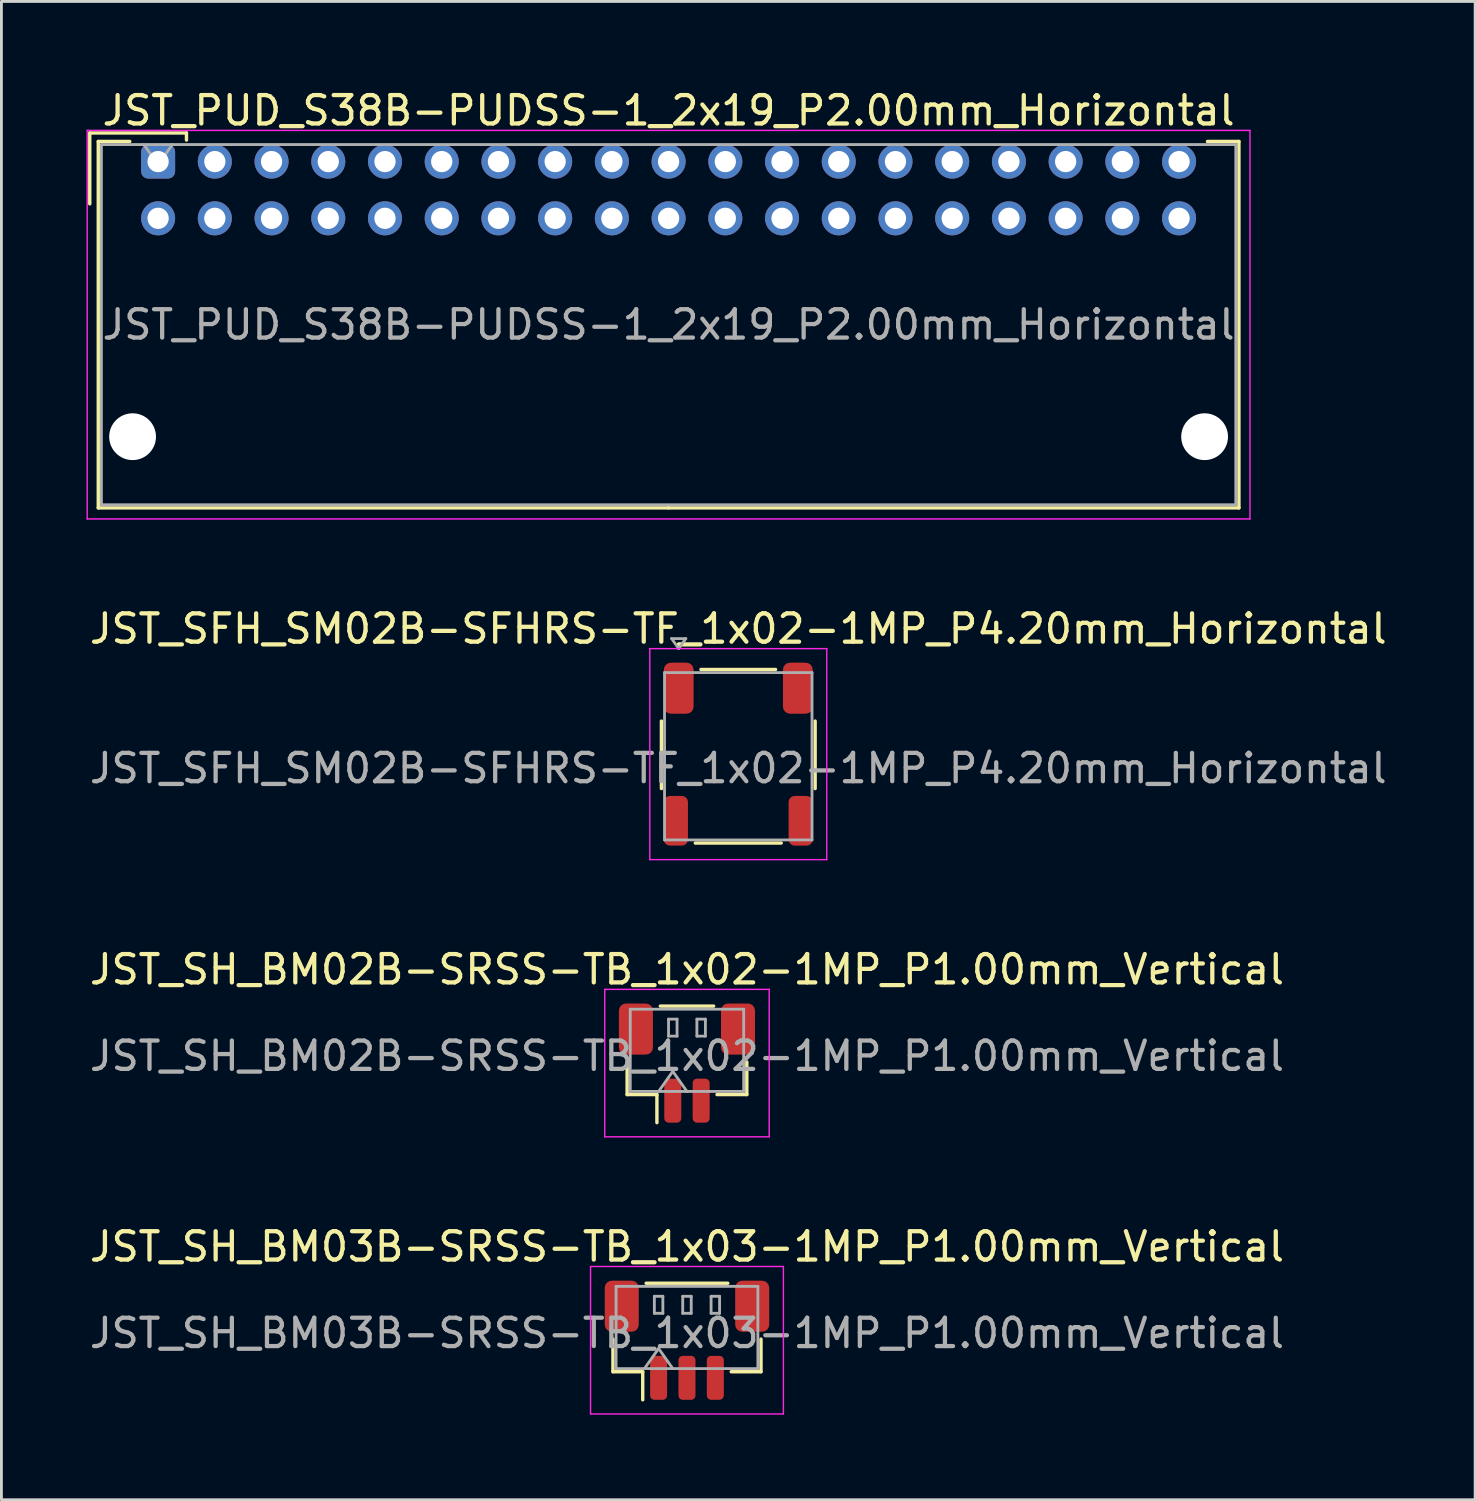
<source format=kicad_pcb>
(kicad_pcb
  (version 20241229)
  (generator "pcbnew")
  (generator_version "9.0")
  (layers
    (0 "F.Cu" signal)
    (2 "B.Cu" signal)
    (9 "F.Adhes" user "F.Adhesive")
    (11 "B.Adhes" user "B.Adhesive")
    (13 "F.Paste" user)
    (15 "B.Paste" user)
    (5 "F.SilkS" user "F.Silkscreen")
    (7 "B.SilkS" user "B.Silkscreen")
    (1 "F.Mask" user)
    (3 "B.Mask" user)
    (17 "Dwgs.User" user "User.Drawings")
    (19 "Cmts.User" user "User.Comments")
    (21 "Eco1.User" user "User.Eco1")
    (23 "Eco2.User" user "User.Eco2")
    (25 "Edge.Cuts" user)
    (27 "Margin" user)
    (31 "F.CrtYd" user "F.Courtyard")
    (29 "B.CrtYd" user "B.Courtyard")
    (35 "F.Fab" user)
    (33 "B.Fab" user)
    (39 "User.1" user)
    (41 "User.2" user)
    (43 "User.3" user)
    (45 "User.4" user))
  (footprint "JST_SFH_SM02B-SFHRS-TF_1x02-1MP_P4.20mm_Horizontal"
    (layer "F.Cu")
    (at 22.982 23.541)
    (property "Reference" "JST_SFH_SM02B-SFHRS-TF_1x02-1MP_P4.20mm_Horizontal" (at 0 -4.42 0) (layer "F.SilkS") (effects (font (size 1 1) (thickness 0.15))))
    (attr smd)
    (fp_line (start -2.71 -1.165) (end -2.71 1.215) (stroke (width 0.12) (type solid)) (layer "F.SilkS"))
    (fp_line (start -1.515 3.135) (end 1.515 3.135) (stroke (width 0.12) (type solid)) (layer "F.SilkS"))
    (fp_line (start -1.315 -2.985) (end 1.315 -2.985) (stroke (width 0.12) (type solid)) (layer "F.SilkS"))
    (fp_line (start 2.71 -1.165) (end 2.71 1.215) (stroke (width 0.12) (type solid)) (layer "F.SilkS"))
    (fp_line (start -3.12 -3.72) (end -3.12 3.72) (stroke (width 0.05) (type solid)) (layer "F.CrtYd"))
    (fp_line (start -3.12 3.72) (end 3.12 3.72) (stroke (width 0.05) (type solid)) (layer "F.CrtYd"))
    (fp_line (start 3.12 -3.72) (end -3.12 -3.72) (stroke (width 0.05) (type solid)) (layer "F.CrtYd"))
    (fp_line (start 3.12 3.72) (end 3.12 -3.72) (stroke (width 0.05) (type solid)) (layer "F.CrtYd"))
    (fp_line (start -2.6 -2.875) (end -2.6 3.025) (stroke (width 0.1) (type solid)) (layer "F.Fab"))
    (fp_line (start -2.6 -2.875) (end 2.6 -2.875) (stroke (width 0.1) (type solid)) (layer "F.Fab"))
    (fp_line (start -2.6 3.025) (end 2.6 3.025) (stroke (width 0.1) (type solid)) (layer "F.Fab"))
    (fp_line (start -2.35 -4.074) (end -2.1 -3.72) (stroke (width 0.1) (type solid)) (layer "F.Fab"))
    (fp_line (start -2.1 -3.72) (end -1.85 -4.074) (stroke (width 0.1) (type solid)) (layer "F.Fab"))
    (fp_line (start -1.85 -4.074) (end -2.35 -4.074) (stroke (width 0.1) (type solid)) (layer "F.Fab"))
    (fp_line (start 2.6 -2.875) (end 2.6 3.025) (stroke (width 0.1) (type solid)) (layer "F.Fab"))
    (fp_text user "${REFERENCE}" (at 0 0.5 0) (layer "F.Fab") (effects (font (size 1 1) (thickness 0.15))))
    (pad "1" smd roundrect (at -2.1 -2.325) (size 1.05 1.8) (layers "F.Cu" "F.Mask" "F.Paste") (roundrect_rratio 0.238))
    (pad "2" smd roundrect (at 2.1 -2.325) (size 1.05 1.8) (layers "F.Cu" "F.Mask" "F.Paste") (roundrect_rratio 0.238))
    (pad "MP" smd roundrect (at -2.2 2.35) (size 0.85 1.75) (layers "F.Cu" "F.Mask" "F.Paste") (roundrect_rratio 0.25))
    (pad "MP" smd roundrect (at 2.2 2.35) (size 0.85 1.75) (layers "F.Cu" "F.Mask" "F.Paste") (roundrect_rratio 0.25)))
  (footprint "JST_SH_BM03B-SRSS-TB_1x03-1MP_P1.00mm_Vertical"
    (layer "F.Cu")
    (at 21.173 44.208)
    (property "Reference" "JST_SH_BM03B-SRSS-TB_1x03-1MP_P1.00mm_Vertical" (at 0 -3.3 0) (layer "F.SilkS") (effects (font (size 1 1) (thickness 0.15))))
    (attr smd)
    (fp_line (start -2.61 -0.04) (end -2.61 1.11) (stroke (width 0.12) (type solid)) (layer "F.SilkS"))
    (fp_line (start -2.61 1.11) (end -1.56 1.11) (stroke (width 0.12) (type solid)) (layer "F.SilkS"))
    (fp_line (start -1.56 1.11) (end -1.56 2.1) (stroke (width 0.12) (type solid)) (layer "F.SilkS"))
    (fp_line (start -1.44 -2.01) (end 1.44 -2.01) (stroke (width 0.12) (type solid)) (layer "F.SilkS"))
    (fp_line (start 2.61 -0.04) (end 2.61 1.11) (stroke (width 0.12) (type solid)) (layer "F.SilkS"))
    (fp_line (start 2.61 1.11) (end 1.56 1.11) (stroke (width 0.12) (type solid)) (layer "F.SilkS"))
    (fp_line (start -3.4 -2.6) (end -3.4 2.6) (stroke (width 0.05) (type solid)) (layer "F.CrtYd"))
    (fp_line (start -3.4 2.6) (end 3.4 2.6) (stroke (width 0.05) (type solid)) (layer "F.CrtYd"))
    (fp_line (start 3.4 -2.6) (end -3.4 -2.6) (stroke (width 0.05) (type solid)) (layer "F.CrtYd"))
    (fp_line (start 3.4 2.6) (end 3.4 -2.6) (stroke (width 0.05) (type solid)) (layer "F.CrtYd"))
    (fp_line (start -2.5 -1.9) (end 2.5 -1.9) (stroke (width 0.1) (type solid)) (layer "F.Fab"))
    (fp_line (start -2.5 1) (end -2.5 -1.9) (stroke (width 0.1) (type solid)) (layer "F.Fab"))
    (fp_line (start -2.5 1) (end 2.5 1) (stroke (width 0.1) (type solid)) (layer "F.Fab"))
    (fp_line (start -1.5 1) (end -1 0.293) (stroke (width 0.1) (type solid)) (layer "F.Fab"))
    (fp_line (start -1.15 -1.55) (end -1.15 -0.95) (stroke (width 0.1) (type solid)) (layer "F.Fab"))
    (fp_line (start -1.15 -0.95) (end -0.85 -0.95) (stroke (width 0.1) (type solid)) (layer "F.Fab"))
    (fp_line (start -1 0.293) (end -0.5 1) (stroke (width 0.1) (type solid)) (layer "F.Fab"))
    (fp_line (start -0.85 -1.55) (end -1.15 -1.55) (stroke (width 0.1) (type solid)) (layer "F.Fab"))
    (fp_line (start -0.85 -0.95) (end -0.85 -1.55) (stroke (width 0.1) (type solid)) (layer "F.Fab"))
    (fp_line (start -0.15 -1.55) (end -0.15 -0.95) (stroke (width 0.1) (type solid)) (layer "F.Fab"))
    (fp_line (start -0.15 -0.95) (end 0.15 -0.95) (stroke (width 0.1) (type solid)) (layer "F.Fab"))
    (fp_line (start 0.15 -1.55) (end -0.15 -1.55) (stroke (width 0.1) (type solid)) (layer "F.Fab"))
    (fp_line (start 0.15 -0.95) (end 0.15 -1.55) (stroke (width 0.1) (type solid)) (layer "F.Fab"))
    (fp_line (start 0.85 -1.55) (end 0.85 -0.95) (stroke (width 0.1) (type solid)) (layer "F.Fab"))
    (fp_line (start 0.85 -0.95) (end 1.15 -0.95) (stroke (width 0.1) (type solid)) (layer "F.Fab"))
    (fp_line (start 1.15 -1.55) (end 0.85 -1.55) (stroke (width 0.1) (type solid)) (layer "F.Fab"))
    (fp_line (start 1.15 -0.95) (end 1.15 -1.55) (stroke (width 0.1) (type solid)) (layer "F.Fab"))
    (fp_line (start 2.5 1) (end 2.5 -1.9) (stroke (width 0.1) (type solid)) (layer "F.Fab"))
    (fp_text user "${REFERENCE}" (at 0 -0.25 0) (layer "F.Fab") (effects (font (size 1 1) (thickness 0.15))))
    (pad "1" smd roundrect (at -1 1.325) (size 0.6 1.55) (layers "F.Cu" "F.Mask" "F.Paste") (roundrect_rratio 0.25))
    (pad "2" smd roundrect (at 0 1.325) (size 0.6 1.55) (layers "F.Cu" "F.Mask" "F.Paste") (roundrect_rratio 0.25))
    (pad "3" smd roundrect (at 1 1.325) (size 0.6 1.55) (layers "F.Cu" "F.Mask" "F.Paste") (roundrect_rratio 0.25))
    (pad "MP" smd roundrect (at -2.3 -1.2) (size 1.2 1.8) (layers "F.Cu" "F.Mask" "F.Paste") (roundrect_rratio 0.208))
    (pad "MP" smd roundrect (at 2.3 -1.2) (size 1.2 1.8) (layers "F.Cu" "F.Mask" "F.Paste") (roundrect_rratio 0.208)))
  (footprint "JST_SH_BM02B-SRSS-TB_1x02-1MP_P1.00mm_Vertical"
    (layer "F.Cu")
    (at 21.173 34.435)
    (property "Reference" "JST_SH_BM02B-SRSS-TB_1x02-1MP_P1.00mm_Vertical" (at 0 -3.3 0) (layer "F.SilkS") (effects (font (size 1 1) (thickness 0.15))))
    (attr smd)
    (fp_line (start -2.11 -0.04) (end -2.11 1.11) (stroke (width 0.12) (type solid)) (layer "F.SilkS"))
    (fp_line (start -2.11 1.11) (end -1.06 1.11) (stroke (width 0.12) (type solid)) (layer "F.SilkS"))
    (fp_line (start -1.06 1.11) (end -1.06 2.1) (stroke (width 0.12) (type solid)) (layer "F.SilkS"))
    (fp_line (start -0.94 -2.01) (end 0.94 -2.01) (stroke (width 0.12) (type solid)) (layer "F.SilkS"))
    (fp_line (start 2.11 -0.04) (end 2.11 1.11) (stroke (width 0.12) (type solid)) (layer "F.SilkS"))
    (fp_line (start 2.11 1.11) (end 1.06 1.11) (stroke (width 0.12) (type solid)) (layer "F.SilkS"))
    (fp_line (start -2.9 -2.6) (end -2.9 2.6) (stroke (width 0.05) (type solid)) (layer "F.CrtYd"))
    (fp_line (start -2.9 2.6) (end 2.9 2.6) (stroke (width 0.05) (type solid)) (layer "F.CrtYd"))
    (fp_line (start 2.9 -2.6) (end -2.9 -2.6) (stroke (width 0.05) (type solid)) (layer "F.CrtYd"))
    (fp_line (start 2.9 2.6) (end 2.9 -2.6) (stroke (width 0.05) (type solid)) (layer "F.CrtYd"))
    (fp_line (start -2 -1.9) (end 2 -1.9) (stroke (width 0.1) (type solid)) (layer "F.Fab"))
    (fp_line (start -2 1) (end -2 -1.9) (stroke (width 0.1) (type solid)) (layer "F.Fab"))
    (fp_line (start -2 1) (end 2 1) (stroke (width 0.1) (type solid)) (layer "F.Fab"))
    (fp_line (start -1 1) (end -0.5 0.293) (stroke (width 0.1) (type solid)) (layer "F.Fab"))
    (fp_line (start -0.65 -1.55) (end -0.65 -0.95) (stroke (width 0.1) (type solid)) (layer "F.Fab"))
    (fp_line (start -0.65 -0.95) (end -0.35 -0.95) (stroke (width 0.1) (type solid)) (layer "F.Fab"))
    (fp_line (start -0.5 0.293) (end 0 1) (stroke (width 0.1) (type solid)) (layer "F.Fab"))
    (fp_line (start -0.35 -1.55) (end -0.65 -1.55) (stroke (width 0.1) (type solid)) (layer "F.Fab"))
    (fp_line (start -0.35 -0.95) (end -0.35 -1.55) (stroke (width 0.1) (type solid)) (layer "F.Fab"))
    (fp_line (start 0.35 -1.55) (end 0.35 -0.95) (stroke (width 0.1) (type solid)) (layer "F.Fab"))
    (fp_line (start 0.35 -0.95) (end 0.65 -0.95) (stroke (width 0.1) (type solid)) (layer "F.Fab"))
    (fp_line (start 0.65 -1.55) (end 0.35 -1.55) (stroke (width 0.1) (type solid)) (layer "F.Fab"))
    (fp_line (start 0.65 -0.95) (end 0.65 -1.55) (stroke (width 0.1) (type solid)) (layer "F.Fab"))
    (fp_line (start 2 1) (end 2 -1.9) (stroke (width 0.1) (type solid)) (layer "F.Fab"))
    (fp_text user "${REFERENCE}" (at 0 -0.25 0) (layer "F.Fab") (effects (font (size 1 1) (thickness 0.15))))
    (pad "1" smd roundrect (at -0.5 1.325) (size 0.6 1.55) (layers "F.Cu" "F.Mask" "F.Paste") (roundrect_rratio 0.25))
    (pad "2" smd roundrect (at 0.5 1.325) (size 0.6 1.55) (layers "F.Cu" "F.Mask" "F.Paste") (roundrect_rratio 0.25))
    (pad "MP" smd roundrect (at -1.8 -1.2) (size 1.2 1.8) (layers "F.Cu" "F.Mask" "F.Paste") (roundrect_rratio 0.208))
    (pad "MP" smd roundrect (at 1.8 -1.2) (size 1.2 1.8) (layers "F.Cu" "F.Mask" "F.Paste") (roundrect_rratio 0.208)))
  (footprint "JST_PUD_S38B-PUDSS-1_2x19_P2.00mm_Horizontal"
    (layer "F.Cu")
    (at 2.525 2.648)
    (property "Reference" "JST_PUD_S38B-PUDSS-1_2x19_P2.00mm_Horizontal" (at 18 -1.8 0) (layer "F.SilkS") (effects (font (size 1 1) (thickness 0.15))))
    (attr through_hole)
    (fp_line (start -2.41 -1.01) (end -2.41 1.49) (stroke (width 0.12) (type solid)) (layer "F.SilkS"))
    (fp_line (start -2.11 -0.71) (end -2.11 12.21) (stroke (width 0.12) (type solid)) (layer "F.SilkS"))
    (fp_line (start -2.11 12.21) (end 18 12.21) (stroke (width 0.12) (type solid)) (layer "F.SilkS"))
    (fp_line (start -1 -0.71) (end -2.11 -0.71) (stroke (width 0.12) (type solid)) (layer "F.SilkS"))
    (fp_line (start 1 -1.01) (end -2.41 -1.01) (stroke (width 0.12) (type solid)) (layer "F.SilkS"))
    (fp_line (start 1 -0.76) (end 1 -1.01) (stroke (width 0.12) (type solid)) (layer "F.SilkS"))
    (fp_line (start 37 -0.71) (end 38.11 -0.71) (stroke (width 0.12) (type solid)) (layer "F.SilkS"))
    (fp_line (start 38.11 -0.71) (end 38.11 12.21) (stroke (width 0.12) (type solid)) (layer "F.SilkS"))
    (fp_line (start 38.11 12.21) (end 18 12.21) (stroke (width 0.12) (type solid)) (layer "F.SilkS"))
    (fp_line (start -2.5 -1.1) (end -2.5 12.6) (stroke (width 0.05) (type solid)) (layer "F.CrtYd"))
    (fp_line (start -2.5 12.6) (end 38.5 12.6) (stroke (width 0.05) (type solid)) (layer "F.CrtYd"))
    (fp_line (start 38.5 -1.1) (end -2.5 -1.1) (stroke (width 0.05) (type solid)) (layer "F.CrtYd"))
    (fp_line (start 38.5 12.6) (end 38.5 -1.1) (stroke (width 0.05) (type solid)) (layer "F.CrtYd"))
    (fp_line (start -2 -0.6) (end -2 12.1) (stroke (width 0.1) (type solid)) (layer "F.Fab"))
    (fp_line (start -2 12.1) (end 38 12.1) (stroke (width 0.1) (type solid)) (layer "F.Fab"))
    (fp_line (start 0 0.107) (end -0.5 -0.6) (stroke (width 0.1) (type solid)) (layer "F.Fab"))
    (fp_line (start 0.5 -0.6) (end 0 0.107) (stroke (width 0.1) (type solid)) (layer "F.Fab"))
    (fp_line (start 38 -0.6) (end -2 -0.6) (stroke (width 0.1) (type solid)) (layer "F.Fab"))
    (fp_line (start 38 12.1) (end 38 -0.6) (stroke (width 0.1) (type solid)) (layer "F.Fab"))
    (fp_text user "${REFERENCE}" (at 18 5.75 0) (layer "F.Fab") (effects (font (size 1 1) (thickness 0.15))))
    (pad "" np_thru_hole circle (at -0.9 9.7) (size 1.65 1.65) (drill 1.65) (layers "*.Cu" "*.Mask"))
    (pad "" np_thru_hole circle (at 36.9 9.7) (size 1.65 1.65) (drill 1.65) (layers "*.Cu" "*.Mask"))
    (pad "1" thru_hole roundrect (at 0 0) (size 1.2 1.2) (drill 0.75) (layers "*.Cu" "*.Mask") (roundrect_rratio 0.208))
    (pad "2" thru_hole circle (at 0 2) (size 1.2 1.2) (drill 0.75) (layers "*.Cu" "*.Mask"))
    (pad "3" thru_hole circle (at 2 0) (size 1.2 1.2) (drill 0.75) (layers "*.Cu" "*.Mask"))
    (pad "4" thru_hole circle (at 2 2) (size 1.2 1.2) (drill 0.75) (layers "*.Cu" "*.Mask"))
    (pad "5" thru_hole circle (at 4 0) (size 1.2 1.2) (drill 0.75) (layers "*.Cu" "*.Mask"))
    (pad "6" thru_hole circle (at 4 2) (size 1.2 1.2) (drill 0.75) (layers "*.Cu" "*.Mask"))
    (pad "7" thru_hole circle (at 6 0) (size 1.2 1.2) (drill 0.75) (layers "*.Cu" "*.Mask"))
    (pad "8" thru_hole circle (at 6 2) (size 1.2 1.2) (drill 0.75) (layers "*.Cu" "*.Mask"))
    (pad "9" thru_hole circle (at 8 0) (size 1.2 1.2) (drill 0.75) (layers "*.Cu" "*.Mask"))
    (pad "10" thru_hole circle (at 8 2) (size 1.2 1.2) (drill 0.75) (layers "*.Cu" "*.Mask"))
    (pad "11" thru_hole circle (at 10 0) (size 1.2 1.2) (drill 0.75) (layers "*.Cu" "*.Mask"))
    (pad "12" thru_hole circle (at 10 2) (size 1.2 1.2) (drill 0.75) (layers "*.Cu" "*.Mask"))
    (pad "13" thru_hole circle (at 12 0) (size 1.2 1.2) (drill 0.75) (layers "*.Cu" "*.Mask"))
    (pad "14" thru_hole circle (at 12 2) (size 1.2 1.2) (drill 0.75) (layers "*.Cu" "*.Mask"))
    (pad "15" thru_hole circle (at 14 0) (size 1.2 1.2) (drill 0.75) (layers "*.Cu" "*.Mask"))
    (pad "16" thru_hole circle (at 14 2) (size 1.2 1.2) (drill 0.75) (layers "*.Cu" "*.Mask"))
    (pad "17" thru_hole circle (at 16 0) (size 1.2 1.2) (drill 0.75) (layers "*.Cu" "*.Mask"))
    (pad "18" thru_hole circle (at 16 2) (size 1.2 1.2) (drill 0.75) (layers "*.Cu" "*.Mask"))
    (pad "19" thru_hole circle (at 18 0) (size 1.2 1.2) (drill 0.75) (layers "*.Cu" "*.Mask"))
    (pad "20" thru_hole circle (at 18 2) (size 1.2 1.2) (drill 0.75) (layers "*.Cu" "*.Mask"))
    (pad "21" thru_hole circle (at 20 0) (size 1.2 1.2) (drill 0.75) (layers "*.Cu" "*.Mask"))
    (pad "22" thru_hole circle (at 20 2) (size 1.2 1.2) (drill 0.75) (layers "*.Cu" "*.Mask"))
    (pad "23" thru_hole circle (at 22 0) (size 1.2 1.2) (drill 0.75) (layers "*.Cu" "*.Mask"))
    (pad "24" thru_hole circle (at 22 2) (size 1.2 1.2) (drill 0.75) (layers "*.Cu" "*.Mask"))
    (pad "25" thru_hole circle (at 24 0) (size 1.2 1.2) (drill 0.75) (layers "*.Cu" "*.Mask"))
    (pad "26" thru_hole circle (at 24 2) (size 1.2 1.2) (drill 0.75) (layers "*.Cu" "*.Mask"))
    (pad "27" thru_hole circle (at 26 0) (size 1.2 1.2) (drill 0.75) (layers "*.Cu" "*.Mask"))
    (pad "28" thru_hole circle (at 26 2) (size 1.2 1.2) (drill 0.75) (layers "*.Cu" "*.Mask"))
    (pad "29" thru_hole circle (at 28 0) (size 1.2 1.2) (drill 0.75) (layers "*.Cu" "*.Mask"))
    (pad "30" thru_hole circle (at 28 2) (size 1.2 1.2) (drill 0.75) (layers "*.Cu" "*.Mask"))
    (pad "31" thru_hole circle (at 30 0) (size 1.2 1.2) (drill 0.75) (layers "*.Cu" "*.Mask"))
    (pad "32" thru_hole circle (at 30 2) (size 1.2 1.2) (drill 0.75) (layers "*.Cu" "*.Mask"))
    (pad "33" thru_hole circle (at 32 0) (size 1.2 1.2) (drill 0.75) (layers "*.Cu" "*.Mask"))
    (pad "34" thru_hole circle (at 32 2) (size 1.2 1.2) (drill 0.75) (layers "*.Cu" "*.Mask"))
    (pad "35" thru_hole circle (at 34 0) (size 1.2 1.2) (drill 0.75) (layers "*.Cu" "*.Mask"))
    (pad "36" thru_hole circle (at 34 2) (size 1.2 1.2) (drill 0.75) (layers "*.Cu" "*.Mask"))
    (pad "37" thru_hole circle (at 36 0) (size 1.2 1.2) (drill 0.75) (layers "*.Cu" "*.Mask"))
    (pad "38" thru_hole circle (at 36 2) (size 1.2 1.2) (drill 0.75) (layers "*.Cu" "*.Mask")))
  (gr_rect
    (start -3 -3)
    (end 48.964 49.833)
    (stroke (width 0.1) (type default))
    (fill no)
    (layer "Edge.Cuts")))
</source>
